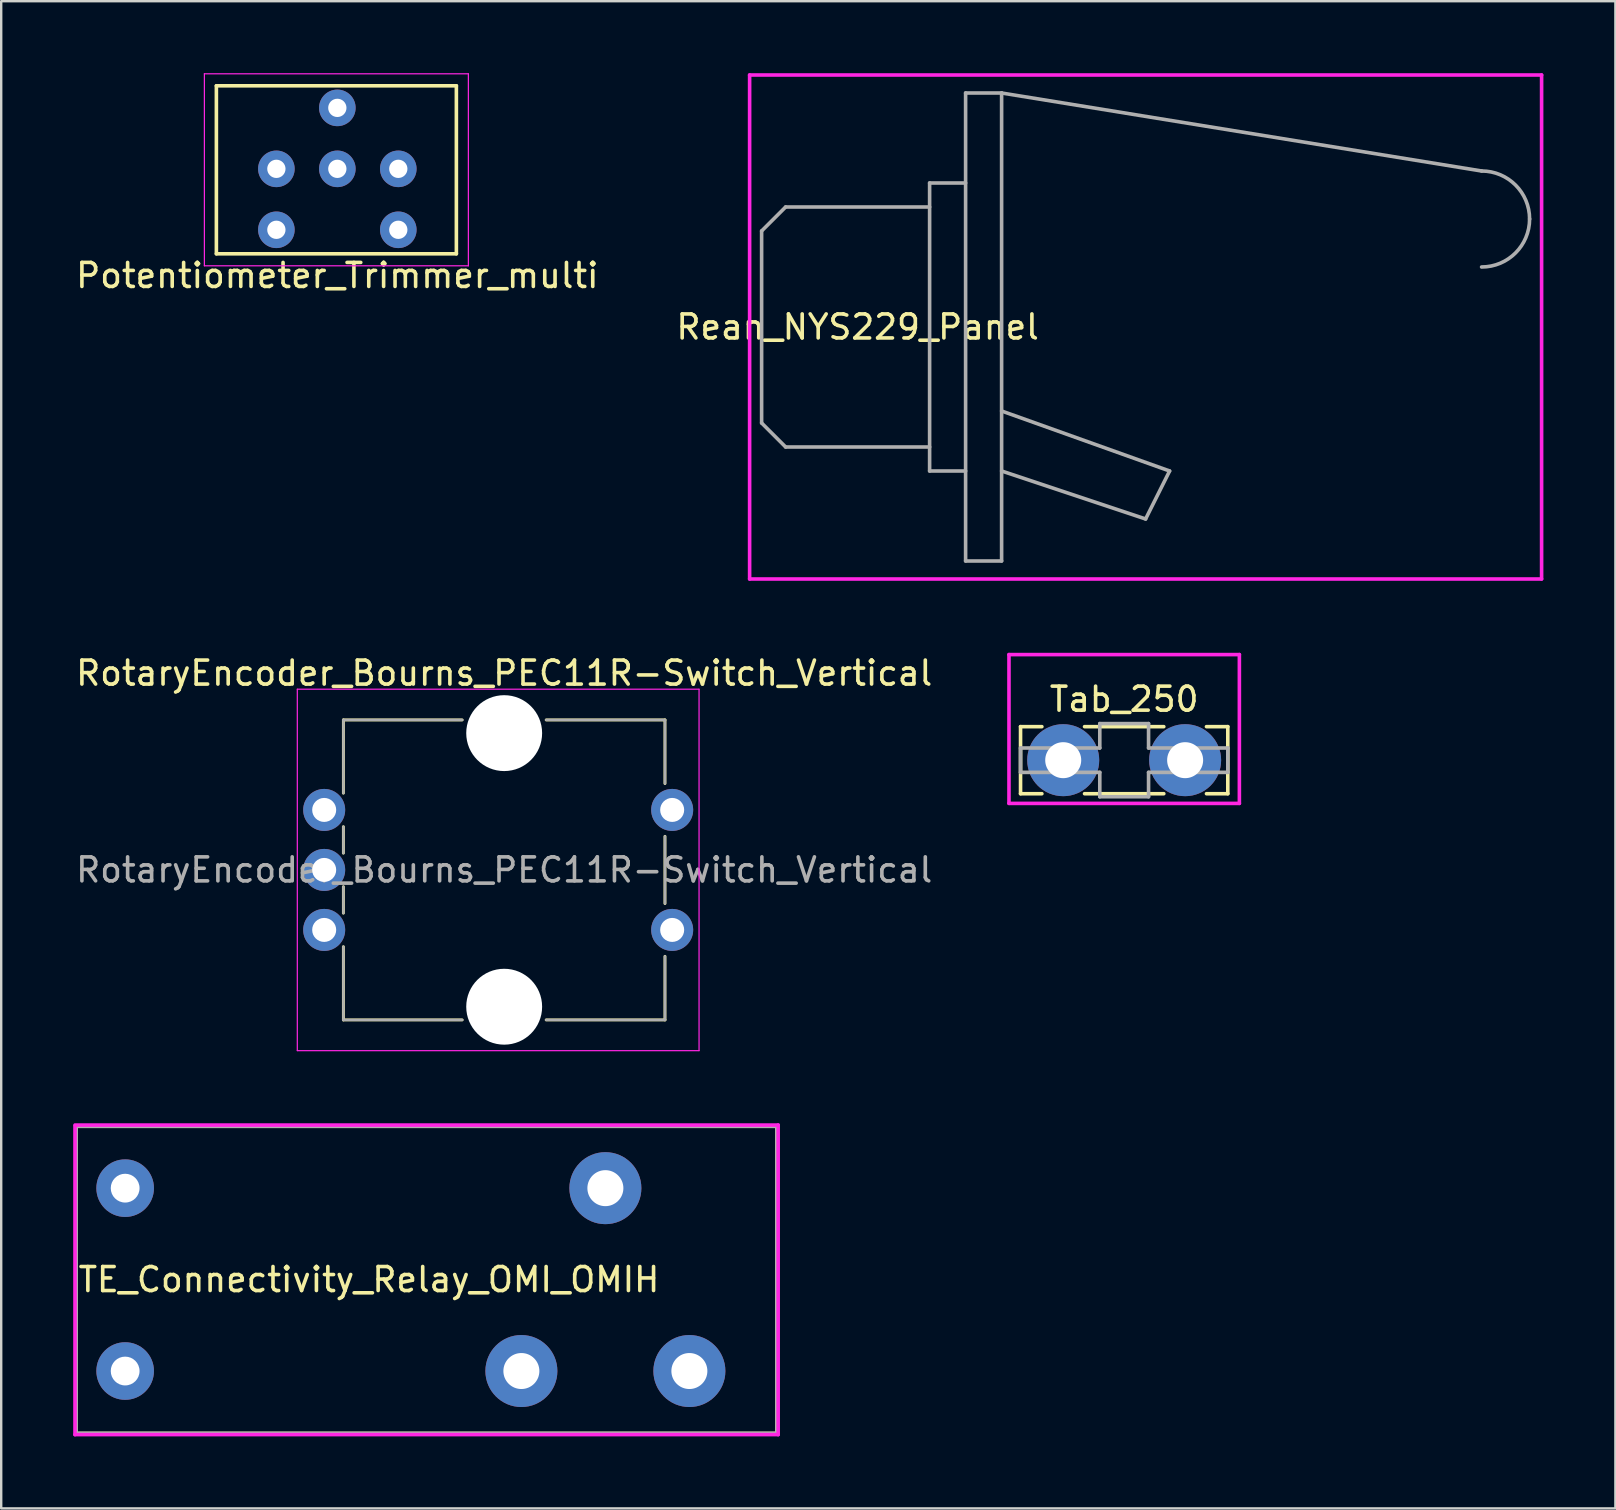
<source format=kicad_pcb>
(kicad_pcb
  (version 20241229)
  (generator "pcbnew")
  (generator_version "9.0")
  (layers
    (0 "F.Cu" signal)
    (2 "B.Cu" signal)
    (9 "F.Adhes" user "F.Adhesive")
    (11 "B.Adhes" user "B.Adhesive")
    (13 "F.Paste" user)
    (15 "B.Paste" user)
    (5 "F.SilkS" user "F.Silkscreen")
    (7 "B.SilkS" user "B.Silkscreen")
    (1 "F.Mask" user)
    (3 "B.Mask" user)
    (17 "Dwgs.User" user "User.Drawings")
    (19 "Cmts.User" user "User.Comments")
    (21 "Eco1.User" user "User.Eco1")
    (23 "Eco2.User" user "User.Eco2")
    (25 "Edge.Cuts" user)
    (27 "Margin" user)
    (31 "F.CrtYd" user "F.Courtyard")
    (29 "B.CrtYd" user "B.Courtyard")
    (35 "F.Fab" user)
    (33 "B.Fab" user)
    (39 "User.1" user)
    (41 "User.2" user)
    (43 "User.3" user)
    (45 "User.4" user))
  (footprint "Potentiometer_Trimmer_multi"
    (layer "F.Cu")
    (at 8.466 6.525)
    (property "Reference" "Potentiometer_Trimmer_multi" (at 2.54 1.905 0) (layer "F.SilkS") (effects (font (size 1 1) (thickness 0.15))))
    (attr through_hole)
    (fp_line (start -2.5 -6) (end 7.5 -6) (stroke (width 0.15) (type solid)) (layer "F.SilkS"))
    (fp_line (start -2.5 1) (end -2.5 -6) (stroke (width 0.15) (type solid)) (layer "F.SilkS"))
    (fp_line (start -2.5 1) (end 7.5 1) (stroke (width 0.15) (type solid)) (layer "F.SilkS"))
    (fp_line (start 7.5 -6) (end 7.5 1) (stroke (width 0.15) (type solid)) (layer "F.SilkS"))
    (fp_line (start -3 -6.5) (end 8 -6.5) (stroke (width 0.05) (type solid)) (layer "F.CrtYd"))
    (fp_line (start -3 1.5) (end -3 -6.5) (stroke (width 0.05) (type solid)) (layer "F.CrtYd"))
    (fp_line (start 8 -6.5) (end 8 1.5) (stroke (width 0.05) (type solid)) (layer "F.CrtYd"))
    (fp_line (start 8 1.5) (end -3 1.5) (stroke (width 0.05) (type solid)) (layer "F.CrtYd"))
    (pad "1" thru_hole circle (at 0 -2.54) (size 1.524 1.524) (drill 0.762) (layers "*.Cu" "*.Mask"))
    (pad "1" thru_hole circle (at 0 0) (size 1.524 1.524) (drill 0.762) (layers "*.Cu" "*.Mask"))
    (pad "2" thru_hole circle (at 2.54 -5.08) (size 1.524 1.524) (drill 0.762) (layers "*.Cu" "*.Mask"))
    (pad "2" thru_hole circle (at 2.54 -2.54) (size 1.524 1.524) (drill 0.762) (layers "*.Cu" "*.Mask"))
    (pad "3" thru_hole circle (at 5.08 -2.54) (size 1.524 1.524) (drill 0.762) (layers "*.Cu" "*.Mask"))
    (pad "3" thru_hole circle (at 5.08 0) (size 1.524 1.524) (drill 0.762) (layers "*.Cu" "*.Mask")))
  (footprint "RotaryEncoder_Bourns_PEC11R-Switch_Vertical"
    (layer "F.Cu")
    (at 17.958 33.198)
    (property "Reference" "RotaryEncoder_Bourns_PEC11R-Switch_Vertical" (at 0 -8.2 0) (layer "F.SilkS") (effects (font (size 1 1) (thickness 0.15))))
    (attr through_hole)
    (fp_line (start -6.7 -6.25) (end -6.7 -3.2) (stroke (width 0.12) (type solid)) (layer "F.SilkS"))
    (fp_line (start -6.7 -6.25) (end -1.75 -6.25) (stroke (width 0.12) (type solid)) (layer "F.SilkS"))
    (fp_line (start -6.7 -1.8) (end -6.7 -0.7) (stroke (width 0.12) (type solid)) (layer "F.SilkS"))
    (fp_line (start -6.7 0.7) (end -6.7 1.8) (stroke (width 0.12) (type solid)) (layer "F.SilkS"))
    (fp_line (start -6.7 6.25) (end -6.7 3.2) (stroke (width 0.12) (type solid)) (layer "F.SilkS"))
    (fp_line (start -6.7 6.25) (end -1.75 6.25) (stroke (width 0.12) (type solid)) (layer "F.SilkS"))
    (fp_line (start 1.75 -6.25) (end 6.7 -6.25) (stroke (width 0.12) (type solid)) (layer "F.SilkS"))
    (fp_line (start 1.75 6.25) (end 6.7 6.25) (stroke (width 0.12) (type solid)) (layer "F.SilkS"))
    (fp_line (start 6.7 -6.25) (end 6.7 -3.6) (stroke (width 0.12) (type solid)) (layer "F.SilkS"))
    (fp_line (start 6.7 1.4) (end 6.7 -1.4) (stroke (width 0.12) (type solid)) (layer "F.SilkS"))
    (fp_line (start 6.7 6.25) (end 6.7 3.6) (stroke (width 0.12) (type solid)) (layer "F.SilkS"))
    (fp_line (start -8.62 -7.53) (end 8.12 -7.53) (stroke (width 0.05) (type solid)) (layer "F.CrtYd"))
    (fp_line (start -8.62 7.53) (end -8.62 -7.53) (stroke (width 0.05) (type solid)) (layer "F.CrtYd"))
    (fp_line (start 8.12 -7.53) (end 8.12 7.53) (stroke (width 0.05) (type solid)) (layer "F.CrtYd"))
    (fp_line (start 8.12 7.53) (end -8.62 7.53) (stroke (width 0.05) (type solid)) (layer "F.CrtYd"))
    (fp_line (start -6.7 -6.25) (end -1.75 -6.25) (stroke (width 0.1) (type solid)) (layer "F.Fab"))
    (fp_line (start -6.7 -3.2) (end -6.7 -6.25) (stroke (width 0.1) (type solid)) (layer "F.Fab"))
    (fp_line (start -6.7 -1.8) (end -6.7 -0.7) (stroke (width 0.1) (type solid)) (layer "F.Fab"))
    (fp_line (start -6.7 0.7) (end -6.7 1.8) (stroke (width 0.1) (type solid)) (layer "F.Fab"))
    (fp_line (start -6.7 3.2) (end -6.7 6.25) (stroke (width 0.1) (type solid)) (layer "F.Fab"))
    (fp_line (start -6.7 6.25) (end -1.75 6.25) (stroke (width 0.1) (type solid)) (layer "F.Fab"))
    (fp_line (start 1.75 6.25) (end 6.7 6.25) (stroke (width 0.1) (type solid)) (layer "F.Fab"))
    (fp_line (start 6.7 -6.25) (end 1.75 -6.25) (stroke (width 0.1) (type solid)) (layer "F.Fab"))
    (fp_line (start 6.7 -3.6) (end 6.7 -6.25) (stroke (width 0.1) (type solid)) (layer "F.Fab"))
    (fp_line (start 6.7 1.4) (end 6.7 -1.4) (stroke (width 0.1) (type solid)) (layer "F.Fab"))
    (fp_line (start 6.7 6.25) (end 6.7 3.6) (stroke (width 0.1) (type solid)) (layer "F.Fab"))
    (fp_text user "${REFERENCE}" (at 0 0 0) (layer "F.Fab") (effects (font (size 1 1) (thickness 0.15))))
    (pad "" np_thru_hole circle (at 0 -5.7) (size 3.162 3.162) (drill 3.162) (layers "*.Cu" "*.Mask"))
    (pad "" np_thru_hole circle (at 0 5.7) (size 3.162 3.162) (drill 3.162) (layers "*.Cu" "*.Mask"))
    (pad "1" thru_hole circle (at -7.5 -2.5) (size 1.75 1.75) (drill 1) (layers "*.Cu" "*.Mask"))
    (pad "2" thru_hole circle (at -7.5 0) (size 1.75 1.75) (drill 1) (layers "*.Cu" "*.Mask"))
    (pad "3" thru_hole circle (at -7.5 2.5) (size 1.75 1.75) (drill 1) (layers "*.Cu" "*.Mask"))
    (pad "4" thru_hole circle (at 7 -2.5) (size 1.75 1.75) (drill 1) (layers "*.Cu" "*.Mask"))
    (pad "5" thru_hole circle (at 7 2.5) (size 1.75 1.75) (drill 1) (layers "*.Cu" "*.Mask")))
  (footprint "Rean_NYS229_Panel"
    (layer "F.Cu")
    (at 35.685 10.575)
    (property "Reference" "Rean_NYS229_Panel" (at -3 0 0) (layer "F.SilkS") (effects (font (size 1 1) (thickness 0.15))))
    (attr through_hole)
    (fp_line (start -7.5 -10.5) (end 25.5 -10.5) (stroke (width 0.15) (type solid)) (layer "F.CrtYd"))
    (fp_line (start -7.5 10.5) (end -7.5 -10.5) (stroke (width 0.15) (type solid)) (layer "F.CrtYd"))
    (fp_line (start 25.5 -10.5) (end 25.5 10.5) (stroke (width 0.15) (type solid)) (layer "F.CrtYd"))
    (fp_line (start 25.5 10.5) (end -7.5 10.5) (stroke (width 0.15) (type solid)) (layer "F.CrtYd"))
    (fp_line (start -7 -4) (end -7 4) (stroke (width 0.15) (type solid)) (layer "F.Fab"))
    (fp_line (start -7 4) (end -6 5) (stroke (width 0.15) (type solid)) (layer "F.Fab"))
    (fp_line (start -6 -5) (end -7 -4) (stroke (width 0.15) (type solid)) (layer "F.Fab"))
    (fp_line (start -6 5) (end 0 5) (stroke (width 0.15) (type solid)) (layer "F.Fab"))
    (fp_line (start 0 -6) (end 0 6) (stroke (width 0.15) (type solid)) (layer "F.Fab"))
    (fp_line (start 0 -5) (end -6 -5) (stroke (width 0.15) (type solid)) (layer "F.Fab"))
    (fp_line (start 0 6) (end 1.5 6) (stroke (width 0.15) (type solid)) (layer "F.Fab"))
    (fp_line (start 1.5 -9.75) (end 1.5 9.75) (stroke (width 0.15) (type solid)) (layer "F.Fab"))
    (fp_line (start 1.5 -6) (end 0 -6) (stroke (width 0.15) (type solid)) (layer "F.Fab"))
    (fp_line (start 1.5 9.75) (end 3 9.75) (stroke (width 0.15) (type solid)) (layer "F.Fab"))
    (fp_line (start 3 -9.75) (end 1.5 -9.75) (stroke (width 0.15) (type solid)) (layer "F.Fab"))
    (fp_line (start 3 -9.75) (end 23 -6.5) (stroke (width 0.15) (type solid)) (layer "F.Fab"))
    (fp_line (start 3 6) (end 9 8) (stroke (width 0.15) (type solid)) (layer "F.Fab"))
    (fp_line (start 3 9.75) (end 3 -9.75) (stroke (width 0.15) (type solid)) (layer "F.Fab"))
    (fp_line (start 9 8) (end 10 6) (stroke (width 0.15) (type solid)) (layer "F.Fab"))
    (fp_line (start 10 6) (end 3 3.5) (stroke (width 0.15) (type solid)) (layer "F.Fab"))
    (fp_arc (start 23 -6.5) (mid 24.414214 -5.914214) (end 25 -4.5) (stroke (width 0.15) (type solid)) (layer "F.Fab"))
    (fp_arc (start 25 -4.5) (mid 24.414214 -3.085786) (end 23 -2.5) (stroke (width 0.15) (type solid)) (layer "F.Fab")))
  (footprint "TE_Connectivity_Relay_OMI_OMIH"
    (layer "F.Cu")
    (at 18.675 54.078)
    (property "Reference" "TE_Connectivity_Relay_OMI_OMIH" (at -6.35 -3.81 0) (layer "F.SilkS") (effects (font (size 1 1) (thickness 0.15))))
    (attr through_hole)
    (fp_line (start -18.55 -10.2) (end -18.55 2.6) (stroke (width 0.15) (type solid)) (layer "F.SilkS"))
    (fp_line (start -18.55 2.6) (end 10.65 2.6) (stroke (width 0.15) (type solid)) (layer "F.SilkS"))
    (fp_line (start 10.65 -10.2) (end -18.55 -10.2) (stroke (width 0.15) (type solid)) (layer "F.SilkS"))
    (fp_line (start 10.65 2.6) (end 10.65 -10.2) (stroke (width 0.15) (type solid)) (layer "F.SilkS"))
    (fp_line (start -18.6 -10.25) (end 10.7 -10.25) (stroke (width 0.15) (type solid)) (layer "F.CrtYd"))
    (fp_line (start -18.6 2.65) (end -18.6 -10.2) (stroke (width 0.15) (type solid)) (layer "F.CrtYd"))
    (fp_line (start 10.7 -10.25) (end 10.7 2.65) (stroke (width 0.15) (type solid)) (layer "F.CrtYd"))
    (fp_line (start 10.7 2.65) (end -18.6 2.65) (stroke (width 0.15) (type solid)) (layer "F.CrtYd"))
    (fp_line (start -18.55 -10.2) (end 10.65 -10.2) (stroke (width 0.15) (type solid)) (layer "F.Fab"))
    (fp_line (start -18.55 2.6) (end -18.55 -10.2) (stroke (width 0.15) (type solid)) (layer "F.Fab"))
    (fp_line (start 10.65 -10.2) (end 10.65 2.6) (stroke (width 0.15) (type solid)) (layer "F.Fab"))
    (fp_line (start 10.65 2.6) (end -18.55 2.6) (stroke (width 0.15) (type solid)) (layer "F.Fab"))
    (pad "11" thru_hole circle (at 3.5 -7.62) (size 3 3) (drill 1.5) (layers "*.Cu" "*.Mask"))
    (pad "12" thru_hole circle (at 0 0) (size 3 3) (drill 1.5) (layers "*.Cu" "*.Mask"))
    (pad "14" thru_hole circle (at 7 0) (size 3 3) (drill 1.5) (layers "*.Cu" "*.Mask"))
    (pad "A1" thru_hole circle (at -16.51 -7.62) (size 2.4 2.4) (drill 1.2) (layers "*.Cu" "*.Mask"))
    (pad "A2" thru_hole circle (at -16.51 0) (size 2.4 2.4) (drill 1.2) (layers "*.Cu" "*.Mask")))
  (footprint "Tab_250"
    (layer "F.Cu")
    (at 43.792 28.625)
    (property "Reference" "Tab_250" (at 0 -2.54 0) (layer "F.SilkS") (effects (font (size 1 1) (thickness 0.15))))
    (attr through_hole)
    (fp_line (start -4.318 -1.397) (end -4.318 1.397) (stroke (width 0.15) (type solid)) (layer "F.SilkS"))
    (fp_line (start -4.318 -1.397) (end -3.429 -1.397) (stroke (width 0.15) (type solid)) (layer "F.SilkS"))
    (fp_line (start -4.318 1.397) (end -3.429 1.397) (stroke (width 0.15) (type solid)) (layer "F.SilkS"))
    (fp_line (start -1.651 -1.397) (end 1.651 -1.397) (stroke (width 0.15) (type solid)) (layer "F.SilkS"))
    (fp_line (start -1.651 1.397) (end 1.651 1.397) (stroke (width 0.15) (type solid)) (layer "F.SilkS"))
    (fp_line (start 3.429 -1.397) (end 4.318 -1.397) (stroke (width 0.15) (type solid)) (layer "F.SilkS"))
    (fp_line (start 4.318 -1.397) (end 4.318 1.397) (stroke (width 0.15) (type solid)) (layer "F.SilkS"))
    (fp_line (start 4.318 1.397) (end 3.429 1.397) (stroke (width 0.15) (type solid)) (layer "F.SilkS"))
    (fp_line (start -4.8 -4.4) (end -4.8 1.8) (stroke (width 0.15) (type solid)) (layer "F.CrtYd"))
    (fp_line (start -4.8 1.8) (end 4.8 1.8) (stroke (width 0.15) (type solid)) (layer "F.CrtYd"))
    (fp_line (start 4.8 -4.4) (end -4.8 -4.4) (stroke (width 0.15) (type solid)) (layer "F.CrtYd"))
    (fp_line (start 4.8 1.8) (end 4.8 -4.4) (stroke (width 0.15) (type solid)) (layer "F.CrtYd"))
    (fp_line (start -4.318 -0.508) (end -4.318 0.508) (stroke (width 0.15) (type solid)) (layer "F.Fab"))
    (fp_line (start -4.318 0.508) (end -1.016 0.508) (stroke (width 0.15) (type solid)) (layer "F.Fab"))
    (fp_line (start -1.016 -1.524) (end -1.016 -0.508) (stroke (width 0.15) (type solid)) (layer "F.Fab"))
    (fp_line (start -1.016 -0.508) (end -4.318 -0.508) (stroke (width 0.15) (type solid)) (layer "F.Fab"))
    (fp_line (start -1.016 0.508) (end -1.016 1.524) (stroke (width 0.15) (type solid)) (layer "F.Fab"))
    (fp_line (start -1.016 1.524) (end 1.016 1.524) (stroke (width 0.15) (type solid)) (layer "F.Fab"))
    (fp_line (start 1.016 -1.524) (end -1.016 -1.524) (stroke (width 0.15) (type solid)) (layer "F.Fab"))
    (fp_line (start 1.016 -0.508) (end 1.016 -1.524) (stroke (width 0.15) (type solid)) (layer "F.Fab"))
    (fp_line (start 1.016 0.508) (end 4.318 0.508) (stroke (width 0.15) (type solid)) (layer "F.Fab"))
    (fp_line (start 1.016 1.524) (end 1.016 0.508) (stroke (width 0.15) (type solid)) (layer "F.Fab"))
    (fp_line (start 4.318 -0.508) (end 1.016 -0.508) (stroke (width 0.15) (type solid)) (layer "F.Fab"))
    (fp_line (start 4.318 0.508) (end 4.318 -0.508) (stroke (width 0.15) (type solid)) (layer "F.Fab"))
    (pad "1" thru_hole circle (at -2.54 0) (size 3 3) (drill 1.5) (layers "*.Cu" "*.Mask"))
    (pad "1" thru_hole circle (at 2.54 0) (size 3 3) (drill 1.5) (layers "*.Cu" "*.Mask")))
  (gr_rect
    (start -3 -3)
    (end 64.26 59.803)
    (stroke (width 0.1) (type default))
    (fill no)
    (layer "Edge.Cuts")))
</source>
